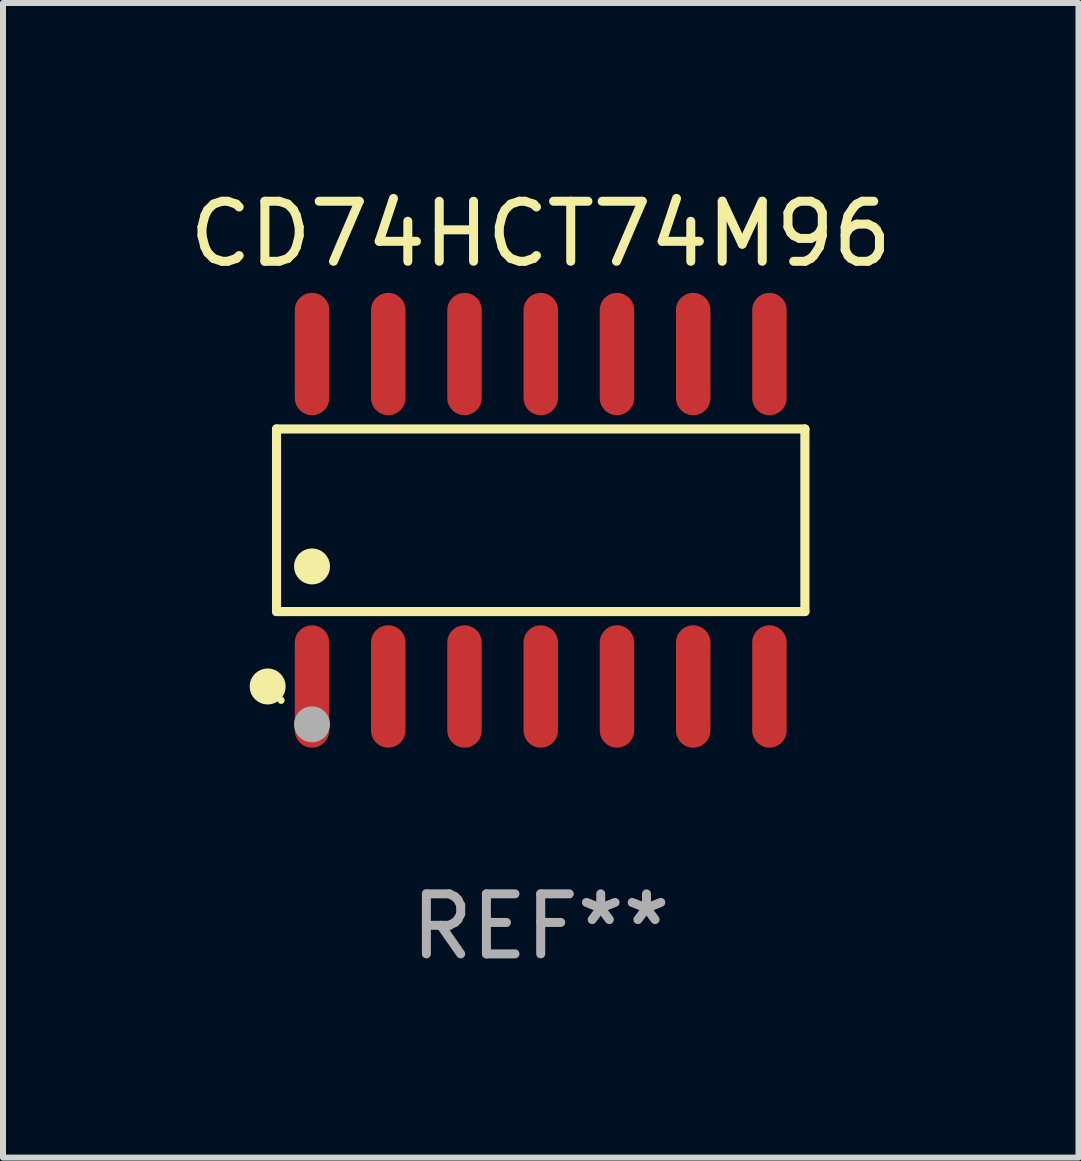
<source format=kicad_pcb>
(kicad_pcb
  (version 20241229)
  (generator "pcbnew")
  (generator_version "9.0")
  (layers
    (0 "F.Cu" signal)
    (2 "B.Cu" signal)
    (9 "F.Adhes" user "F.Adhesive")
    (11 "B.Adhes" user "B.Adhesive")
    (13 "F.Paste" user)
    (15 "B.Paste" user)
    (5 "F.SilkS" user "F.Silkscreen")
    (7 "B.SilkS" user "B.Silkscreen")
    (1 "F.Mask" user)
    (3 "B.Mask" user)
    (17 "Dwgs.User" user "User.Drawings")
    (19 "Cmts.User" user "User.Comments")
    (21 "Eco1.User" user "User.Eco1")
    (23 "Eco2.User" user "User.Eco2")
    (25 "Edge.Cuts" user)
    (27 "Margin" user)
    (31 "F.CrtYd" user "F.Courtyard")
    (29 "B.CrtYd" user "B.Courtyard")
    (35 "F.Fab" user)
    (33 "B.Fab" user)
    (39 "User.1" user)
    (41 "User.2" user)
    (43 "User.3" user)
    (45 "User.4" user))
  (footprint "CD74HCT74M96"
    (layer "F.Cu")
    (at 5.958 5.617)
    (property "Reference" "CD74HCT74M96" (at 0 -4.769 0) (layer "F.SilkS") (effects (font (size 1 1) (thickness 0.15))))
    (attr through_hole)
    (fp_line (start -4.401 -1.521) (end 4.401 -1.521) (stroke (width 0.152) (type solid)) (layer "F.SilkS"))
    (fp_line (start -4.401 1.521) (end -4.401 -1.521) (stroke (width 0.152) (type solid)) (layer "F.SilkS"))
    (fp_line (start 4.401 -1.521) (end 4.401 1.521) (stroke (width 0.152) (type solid)) (layer "F.SilkS"))
    (fp_line (start 4.401 1.521) (end -4.401 1.521) (stroke (width 0.152) (type solid)) (layer "F.SilkS"))
    (fp_circle (center -4.549 2.769) (end -4.399 2.769) (stroke (width 0.3) (type solid)) (fill no) (layer "F.SilkS"))
    (fp_circle (center -4.325 3) (end -4.295 3) (stroke (width 0.06) (type solid)) (fill no) (layer "F.SilkS"))
    (fp_circle (center -3.81 0.769) (end -3.66 0.769) (stroke (width 0.3) (type solid)) (fill no) (layer "F.SilkS"))
    (fp_circle (center -3.81 3.4) (end -3.66 3.4) (stroke (width 0.3) (type solid)) (fill no) (layer "F.Fab"))
    (fp_text user "REF**" (at 0 6.769 0) (layer "F.Fab") (effects (font (size 1 1) (thickness 0.15))))
    (pad "1" smd oval (at -3.81 2.769) (size 0.574 2.038) (layers "F.Cu" "F.Mask" "F.Paste"))
    (pad "2" smd oval (at -2.54 2.769) (size 0.574 2.038) (layers "F.Cu" "F.Mask" "F.Paste"))
    (pad "3" smd oval (at -1.27 2.769) (size 0.574 2.038) (layers "F.Cu" "F.Mask" "F.Paste"))
    (pad "4" smd oval (at 0 2.769) (size 0.574 2.038) (layers "F.Cu" "F.Mask" "F.Paste"))
    (pad "5" smd oval (at 1.27 2.769) (size 0.574 2.038) (layers "F.Cu" "F.Mask" "F.Paste"))
    (pad "6" smd oval (at 2.54 2.769) (size 0.574 2.038) (layers "F.Cu" "F.Mask" "F.Paste"))
    (pad "7" smd oval (at 3.81 2.769) (size 0.574 2.038) (layers "F.Cu" "F.Mask" "F.Paste"))
    (pad "8" smd oval (at 3.81 -2.769) (size 0.574 2.038) (layers "F.Cu" "F.Mask" "F.Paste"))
    (pad "9" smd oval (at 2.54 -2.769) (size 0.574 2.038) (layers "F.Cu" "F.Mask" "F.Paste"))
    (pad "10" smd oval (at 1.27 -2.769) (size 0.574 2.038) (layers "F.Cu" "F.Mask" "F.Paste"))
    (pad "11" smd oval (at 0 -2.769) (size 0.574 2.038) (layers "F.Cu" "F.Mask" "F.Paste"))
    (pad "12" smd oval (at -1.27 -2.769) (size 0.574 2.038) (layers "F.Cu" "F.Mask" "F.Paste"))
    (pad "13" smd oval (at -2.54 -2.769) (size 0.574 2.038) (layers "F.Cu" "F.Mask" "F.Paste"))
    (pad "14" smd oval (at -3.81 -2.769) (size 0.574 2.038) (layers "F.Cu" "F.Mask" "F.Paste")))
  (gr_rect
    (start -3 -3)
    (end 14.917 16.235)
    (stroke (width 0.1) (type default))
    (fill no)
    (layer "Edge.Cuts")))
</source>
